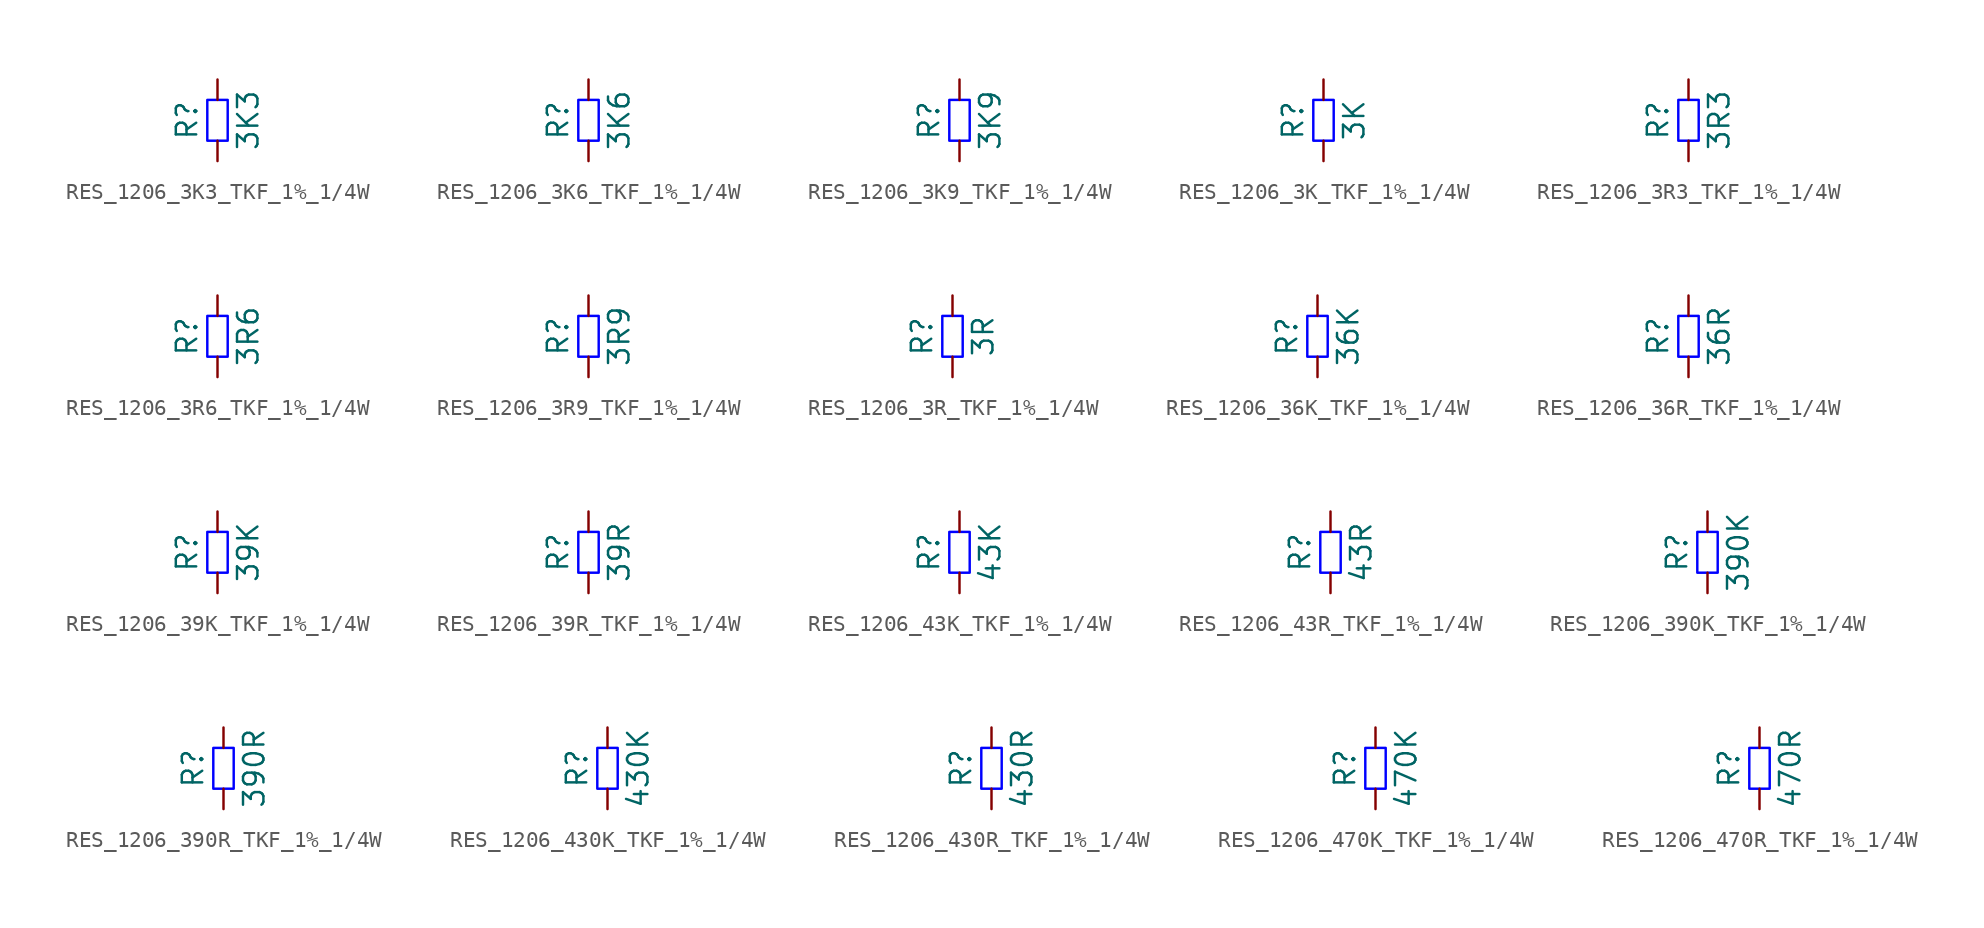
<source format=kicad_sym>
(kicad_symbol_lib
  (version 20220914)
  (generator kicad_symbol_editor)
  (symbol "RES_1206_3K3_TKF_1%_1/4W"
    (pin_numbers hide)
    (pin_names
      (offset 0) hide)
    (property "Reference" "R"
      (at -1.905 0 90)
      (do_not_autoplace)
      (effects (font (size 1.27 1.27))))
    (property "Value" "3K3"
      (at 1.905 0 90)
      (do_not_autoplace)
      (effects (font (size 1.27 1.27))))
    (symbol "RES_1206_3K3_TKF_1%_1/4W_1_1"
      (rectangle (start -0.635 -1.27) (end 0.635 1.27) (stroke (width 0) (type solid) (color 0 0 255 1)) (fill (type none)))
      (pin passive line (at 0 -2.54 90) (length 1.27) (name "~" (effects (font (size 1.27 1.27)))) (number "1" (effects (font (size 1.27 1.27)))))
      (pin passive line (at 0 2.54 270) (length 1.27) (name "~" (effects (font (size 1.27 1.27)))) (number "2" (effects (font (size 1.27 1.27)))))))
  (symbol "RES_1206_3K6_TKF_1%_1/4W"
    (pin_numbers hide)
    (pin_names
      (offset 0) hide)
    (property "Reference" "R"
      (at -1.905 0 90)
      (do_not_autoplace)
      (effects (font (size 1.27 1.27))))
    (property "Value" "3K6"
      (at 1.905 0 90)
      (do_not_autoplace)
      (effects (font (size 1.27 1.27))))
    (symbol "RES_1206_3K6_TKF_1%_1/4W_1_1"
      (rectangle (start -0.635 -1.27) (end 0.635 1.27) (stroke (width 0) (type solid) (color 0 0 255 1)) (fill (type none)))
      (pin passive line (at 0 -2.54 90) (length 1.27) (name "~" (effects (font (size 1.27 1.27)))) (number "1" (effects (font (size 1.27 1.27)))))
      (pin passive line (at 0 2.54 270) (length 1.27) (name "~" (effects (font (size 1.27 1.27)))) (number "2" (effects (font (size 1.27 1.27)))))))
  (symbol "RES_1206_3K9_TKF_1%_1/4W"
    (pin_numbers hide)
    (pin_names
      (offset 0) hide)
    (property "Reference" "R"
      (at -1.905 0 90)
      (do_not_autoplace)
      (effects (font (size 1.27 1.27))))
    (property "Value" "3K9"
      (at 1.905 0 90)
      (do_not_autoplace)
      (effects (font (size 1.27 1.27))))
    (symbol "RES_1206_3K9_TKF_1%_1/4W_1_1"
      (rectangle (start -0.635 -1.27) (end 0.635 1.27) (stroke (width 0) (type solid) (color 0 0 255 1)) (fill (type none)))
      (pin passive line (at 0 -2.54 90) (length 1.27) (name "~" (effects (font (size 1.27 1.27)))) (number "1" (effects (font (size 1.27 1.27)))))
      (pin passive line (at 0 2.54 270) (length 1.27) (name "~" (effects (font (size 1.27 1.27)))) (number "2" (effects (font (size 1.27 1.27)))))))
  (symbol "RES_1206_3K_TKF_1%_1/4W"
    (pin_numbers hide)
    (pin_names
      (offset 0) hide)
    (property "Reference" "R"
      (at -1.905 0 90)
      (do_not_autoplace)
      (effects (font (size 1.27 1.27))))
    (property "Value" "3K"
      (at 1.905 0 90)
      (do_not_autoplace)
      (effects (font (size 1.27 1.27))))
    (symbol "RES_1206_3K_TKF_1%_1/4W_1_1"
      (rectangle (start -0.635 -1.27) (end 0.635 1.27) (stroke (width 0) (type solid) (color 0 0 255 1)) (fill (type none)))
      (pin passive line (at 0 -2.54 90) (length 1.27) (name "~" (effects (font (size 1.27 1.27)))) (number "1" (effects (font (size 1.27 1.27)))))
      (pin passive line (at 0 2.54 270) (length 1.27) (name "~" (effects (font (size 1.27 1.27)))) (number "2" (effects (font (size 1.27 1.27)))))))
  (symbol "RES_1206_3R3_TKF_1%_1/4W"
    (pin_numbers hide)
    (pin_names
      (offset 0) hide)
    (property "Reference" "R"
      (at -1.905 0 90)
      (do_not_autoplace)
      (effects (font (size 1.27 1.27))))
    (property "Value" "3R3"
      (at 1.905 0 90)
      (do_not_autoplace)
      (effects (font (size 1.27 1.27))))
    (symbol "RES_1206_3R3_TKF_1%_1/4W_1_1"
      (rectangle (start -0.635 -1.27) (end 0.635 1.27) (stroke (width 0) (type solid) (color 0 0 255 1)) (fill (type none)))
      (pin passive line (at 0 -2.54 90) (length 1.27) (name "~" (effects (font (size 1.27 1.27)))) (number "1" (effects (font (size 1.27 1.27)))))
      (pin passive line (at 0 2.54 270) (length 1.27) (name "~" (effects (font (size 1.27 1.27)))) (number "2" (effects (font (size 1.27 1.27)))))))
  (symbol "RES_1206_3R6_TKF_1%_1/4W"
    (pin_numbers hide)
    (pin_names
      (offset 0) hide)
    (property "Reference" "R"
      (at -1.905 0 90)
      (do_not_autoplace)
      (effects (font (size 1.27 1.27))))
    (property "Value" "3R6"
      (at 1.905 0 90)
      (do_not_autoplace)
      (effects (font (size 1.27 1.27))))
    (symbol "RES_1206_3R6_TKF_1%_1/4W_1_1"
      (rectangle (start -0.635 -1.27) (end 0.635 1.27) (stroke (width 0) (type solid) (color 0 0 255 1)) (fill (type none)))
      (pin passive line (at 0 -2.54 90) (length 1.27) (name "~" (effects (font (size 1.27 1.27)))) (number "1" (effects (font (size 1.27 1.27)))))
      (pin passive line (at 0 2.54 270) (length 1.27) (name "~" (effects (font (size 1.27 1.27)))) (number "2" (effects (font (size 1.27 1.27)))))))
  (symbol "RES_1206_3R9_TKF_1%_1/4W"
    (pin_numbers hide)
    (pin_names
      (offset 0) hide)
    (property "Reference" "R"
      (at -1.905 0 90)
      (do_not_autoplace)
      (effects (font (size 1.27 1.27))))
    (property "Value" "3R9"
      (at 1.905 0 90)
      (do_not_autoplace)
      (effects (font (size 1.27 1.27))))
    (symbol "RES_1206_3R9_TKF_1%_1/4W_1_1"
      (rectangle (start -0.635 -1.27) (end 0.635 1.27) (stroke (width 0) (type solid) (color 0 0 255 1)) (fill (type none)))
      (pin passive line (at 0 -2.54 90) (length 1.27) (name "~" (effects (font (size 1.27 1.27)))) (number "1" (effects (font (size 1.27 1.27)))))
      (pin passive line (at 0 2.54 270) (length 1.27) (name "~" (effects (font (size 1.27 1.27)))) (number "2" (effects (font (size 1.27 1.27)))))))
  (symbol "RES_1206_3R_TKF_1%_1/4W"
    (pin_numbers hide)
    (pin_names
      (offset 0) hide)
    (property "Reference" "R"
      (at -1.905 0 90)
      (do_not_autoplace)
      (effects (font (size 1.27 1.27))))
    (property "Value" "3R"
      (at 1.905 0 90)
      (do_not_autoplace)
      (effects (font (size 1.27 1.27))))
    (symbol "RES_1206_3R_TKF_1%_1/4W_1_1"
      (rectangle (start -0.635 -1.27) (end 0.635 1.27) (stroke (width 0) (type solid) (color 0 0 255 1)) (fill (type none)))
      (pin passive line (at 0 -2.54 90) (length 1.27) (name "~" (effects (font (size 1.27 1.27)))) (number "1" (effects (font (size 1.27 1.27)))))
      (pin passive line (at 0 2.54 270) (length 1.27) (name "~" (effects (font (size 1.27 1.27)))) (number "2" (effects (font (size 1.27 1.27)))))))
  (symbol "RES_1206_36K_TKF_1%_1/4W"
    (pin_numbers hide)
    (pin_names
      (offset 0) hide)
    (property "Reference" "R"
      (at -1.905 0 90)
      (do_not_autoplace)
      (effects (font (size 1.27 1.27))))
    (property "Value" "36K"
      (at 1.905 0 90)
      (do_not_autoplace)
      (effects (font (size 1.27 1.27))))
    (symbol "RES_1206_36K_TKF_1%_1/4W_1_1"
      (rectangle (start -0.635 -1.27) (end 0.635 1.27) (stroke (width 0) (type solid) (color 0 0 255 1)) (fill (type none)))
      (pin passive line (at 0 -2.54 90) (length 1.27) (name "~" (effects (font (size 1.27 1.27)))) (number "1" (effects (font (size 1.27 1.27)))))
      (pin passive line (at 0 2.54 270) (length 1.27) (name "~" (effects (font (size 1.27 1.27)))) (number "2" (effects (font (size 1.27 1.27)))))))
  (symbol "RES_1206_36R_TKF_1%_1/4W"
    (pin_numbers hide)
    (pin_names
      (offset 0) hide)
    (property "Reference" "R"
      (at -1.905 0 90)
      (do_not_autoplace)
      (effects (font (size 1.27 1.27))))
    (property "Value" "36R"
      (at 1.905 0 90)
      (do_not_autoplace)
      (effects (font (size 1.27 1.27))))
    (symbol "RES_1206_36R_TKF_1%_1/4W_1_1"
      (rectangle (start -0.635 -1.27) (end 0.635 1.27) (stroke (width 0) (type solid) (color 0 0 255 1)) (fill (type none)))
      (pin passive line (at 0 -2.54 90) (length 1.27) (name "~" (effects (font (size 1.27 1.27)))) (number "1" (effects (font (size 1.27 1.27)))))
      (pin passive line (at 0 2.54 270) (length 1.27) (name "~" (effects (font (size 1.27 1.27)))) (number "2" (effects (font (size 1.27 1.27)))))))
  (symbol "RES_1206_39K_TKF_1%_1/4W"
    (pin_numbers hide)
    (pin_names
      (offset 0) hide)
    (property "Reference" "R"
      (at -1.905 0 90)
      (do_not_autoplace)
      (effects (font (size 1.27 1.27))))
    (property "Value" "39K"
      (at 1.905 0 90)
      (do_not_autoplace)
      (effects (font (size 1.27 1.27))))
    (symbol "RES_1206_39K_TKF_1%_1/4W_1_1"
      (rectangle (start -0.635 -1.27) (end 0.635 1.27) (stroke (width 0) (type solid) (color 0 0 255 1)) (fill (type none)))
      (pin passive line (at 0 -2.54 90) (length 1.27) (name "~" (effects (font (size 1.27 1.27)))) (number "1" (effects (font (size 1.27 1.27)))))
      (pin passive line (at 0 2.54 270) (length 1.27) (name "~" (effects (font (size 1.27 1.27)))) (number "2" (effects (font (size 1.27 1.27)))))))
  (symbol "RES_1206_39R_TKF_1%_1/4W"
    (pin_numbers hide)
    (pin_names
      (offset 0) hide)
    (property "Reference" "R"
      (at -1.905 0 90)
      (do_not_autoplace)
      (effects (font (size 1.27 1.27))))
    (property "Value" "39R"
      (at 1.905 0 90)
      (do_not_autoplace)
      (effects (font (size 1.27 1.27))))
    (symbol "RES_1206_39R_TKF_1%_1/4W_1_1"
      (rectangle (start -0.635 -1.27) (end 0.635 1.27) (stroke (width 0) (type solid) (color 0 0 255 1)) (fill (type none)))
      (pin passive line (at 0 -2.54 90) (length 1.27) (name "~" (effects (font (size 1.27 1.27)))) (number "1" (effects (font (size 1.27 1.27)))))
      (pin passive line (at 0 2.54 270) (length 1.27) (name "~" (effects (font (size 1.27 1.27)))) (number "2" (effects (font (size 1.27 1.27)))))))
  (symbol "RES_1206_43K_TKF_1%_1/4W"
    (pin_numbers hide)
    (pin_names
      (offset 0) hide)
    (property "Reference" "R"
      (at -1.905 0 90)
      (do_not_autoplace)
      (effects (font (size 1.27 1.27))))
    (property "Value" "43K"
      (at 1.905 0 90)
      (do_not_autoplace)
      (effects (font (size 1.27 1.27))))
    (symbol "RES_1206_43K_TKF_1%_1/4W_1_1"
      (rectangle (start -0.635 -1.27) (end 0.635 1.27) (stroke (width 0) (type solid) (color 0 0 255 1)) (fill (type none)))
      (pin passive line (at 0 -2.54 90) (length 1.27) (name "~" (effects (font (size 1.27 1.27)))) (number "1" (effects (font (size 1.27 1.27)))))
      (pin passive line (at 0 2.54 270) (length 1.27) (name "~" (effects (font (size 1.27 1.27)))) (number "2" (effects (font (size 1.27 1.27)))))))
  (symbol "RES_1206_43R_TKF_1%_1/4W"
    (pin_numbers hide)
    (pin_names
      (offset 0) hide)
    (property "Reference" "R"
      (at -1.905 0 90)
      (do_not_autoplace)
      (effects (font (size 1.27 1.27))))
    (property "Value" "43R"
      (at 1.905 0 90)
      (do_not_autoplace)
      (effects (font (size 1.27 1.27))))
    (symbol "RES_1206_43R_TKF_1%_1/4W_1_1"
      (rectangle (start -0.635 -1.27) (end 0.635 1.27) (stroke (width 0) (type solid) (color 0 0 255 1)) (fill (type none)))
      (pin passive line (at 0 -2.54 90) (length 1.27) (name "~" (effects (font (size 1.27 1.27)))) (number "1" (effects (font (size 1.27 1.27)))))
      (pin passive line (at 0 2.54 270) (length 1.27) (name "~" (effects (font (size 1.27 1.27)))) (number "2" (effects (font (size 1.27 1.27)))))))
  (symbol "RES_1206_390K_TKF_1%_1/4W"
    (pin_numbers hide)
    (pin_names
      (offset 0) hide)
    (property "Reference" "R"
      (at -1.905 0 90)
      (do_not_autoplace)
      (effects (font (size 1.27 1.27))))
    (property "Value" "390K"
      (at 1.905 0 90)
      (do_not_autoplace)
      (effects (font (size 1.27 1.27))))
    (symbol "RES_1206_390K_TKF_1%_1/4W_1_1"
      (rectangle (start -0.635 -1.27) (end 0.635 1.27) (stroke (width 0) (type solid) (color 0 0 255 1)) (fill (type none)))
      (pin passive line (at 0 -2.54 90) (length 1.27) (name "~" (effects (font (size 1.27 1.27)))) (number "1" (effects (font (size 1.27 1.27)))))
      (pin passive line (at 0 2.54 270) (length 1.27) (name "~" (effects (font (size 1.27 1.27)))) (number "2" (effects (font (size 1.27 1.27)))))))
  (symbol "RES_1206_390R_TKF_1%_1/4W"
    (pin_numbers hide)
    (pin_names
      (offset 0) hide)
    (property "Reference" "R"
      (at -1.905 0 90)
      (do_not_autoplace)
      (effects (font (size 1.27 1.27))))
    (property "Value" "390R"
      (at 1.905 0 90)
      (do_not_autoplace)
      (effects (font (size 1.27 1.27))))
    (symbol "RES_1206_390R_TKF_1%_1/4W_1_1"
      (rectangle (start -0.635 -1.27) (end 0.635 1.27) (stroke (width 0) (type solid) (color 0 0 255 1)) (fill (type none)))
      (pin passive line (at 0 -2.54 90) (length 1.27) (name "~" (effects (font (size 1.27 1.27)))) (number "1" (effects (font (size 1.27 1.27)))))
      (pin passive line (at 0 2.54 270) (length 1.27) (name "~" (effects (font (size 1.27 1.27)))) (number "2" (effects (font (size 1.27 1.27)))))))
  (symbol "RES_1206_430K_TKF_1%_1/4W"
    (pin_numbers hide)
    (pin_names
      (offset 0) hide)
    (property "Reference" "R"
      (at -1.905 0 90)
      (do_not_autoplace)
      (effects (font (size 1.27 1.27))))
    (property "Value" "430K"
      (at 1.905 0 90)
      (do_not_autoplace)
      (effects (font (size 1.27 1.27))))
    (symbol "RES_1206_430K_TKF_1%_1/4W_1_1"
      (rectangle (start -0.635 -1.27) (end 0.635 1.27) (stroke (width 0) (type solid) (color 0 0 255 1)) (fill (type none)))
      (pin passive line (at 0 -2.54 90) (length 1.27) (name "~" (effects (font (size 1.27 1.27)))) (number "1" (effects (font (size 1.27 1.27)))))
      (pin passive line (at 0 2.54 270) (length 1.27) (name "~" (effects (font (size 1.27 1.27)))) (number "2" (effects (font (size 1.27 1.27)))))))
  (symbol "RES_1206_430R_TKF_1%_1/4W"
    (pin_numbers hide)
    (pin_names
      (offset 0) hide)
    (property "Reference" "R"
      (at -1.905 0 90)
      (do_not_autoplace)
      (effects (font (size 1.27 1.27))))
    (property "Value" "430R"
      (at 1.905 0 90)
      (do_not_autoplace)
      (effects (font (size 1.27 1.27))))
    (symbol "RES_1206_430R_TKF_1%_1/4W_1_1"
      (rectangle (start -0.635 -1.27) (end 0.635 1.27) (stroke (width 0) (type solid) (color 0 0 255 1)) (fill (type none)))
      (pin passive line (at 0 -2.54 90) (length 1.27) (name "~" (effects (font (size 1.27 1.27)))) (number "1" (effects (font (size 1.27 1.27)))))
      (pin passive line (at 0 2.54 270) (length 1.27) (name "~" (effects (font (size 1.27 1.27)))) (number "2" (effects (font (size 1.27 1.27)))))))
  (symbol "RES_1206_470K_TKF_1%_1/4W"
    (pin_numbers hide)
    (pin_names
      (offset 0) hide)
    (property "Reference" "R"
      (at -1.905 0 90)
      (do_not_autoplace)
      (effects (font (size 1.27 1.27))))
    (property "Value" "470K"
      (at 1.905 0 90)
      (do_not_autoplace)
      (effects (font (size 1.27 1.27))))
    (symbol "RES_1206_470K_TKF_1%_1/4W_1_1"
      (rectangle (start -0.635 -1.27) (end 0.635 1.27) (stroke (width 0) (type solid) (color 0 0 255 1)) (fill (type none)))
      (pin passive line (at 0 -2.54 90) (length 1.27) (name "~" (effects (font (size 1.27 1.27)))) (number "1" (effects (font (size 1.27 1.27)))))
      (pin passive line (at 0 2.54 270) (length 1.27) (name "~" (effects (font (size 1.27 1.27)))) (number "2" (effects (font (size 1.27 1.27)))))))
  (symbol "RES_1206_470R_TKF_1%_1/4W"
    (pin_numbers hide)
    (pin_names
      (offset 0) hide)
    (property "Reference" "R"
      (at -1.905 0 90)
      (do_not_autoplace)
      (effects (font (size 1.27 1.27))))
    (property "Value" "470R"
      (at 1.905 0 90)
      (do_not_autoplace)
      (effects (font (size 1.27 1.27))))
    (symbol "RES_1206_470R_TKF_1%_1/4W_1_1"
      (rectangle (start -0.635 -1.27) (end 0.635 1.27) (stroke (width 0) (type solid) (color 0 0 255 1)) (fill (type none)))
      (pin passive line (at 0 -2.54 90) (length 1.27) (name "~" (effects (font (size 1.27 1.27)))) (number "1" (effects (font (size 1.27 1.27)))))
      (pin passive line (at 0 2.54 270) (length 1.27) (name "~" (effects (font (size 1.27 1.27)))) (number "2" (effects (font (size 1.27 1.27))))))))
</source>
